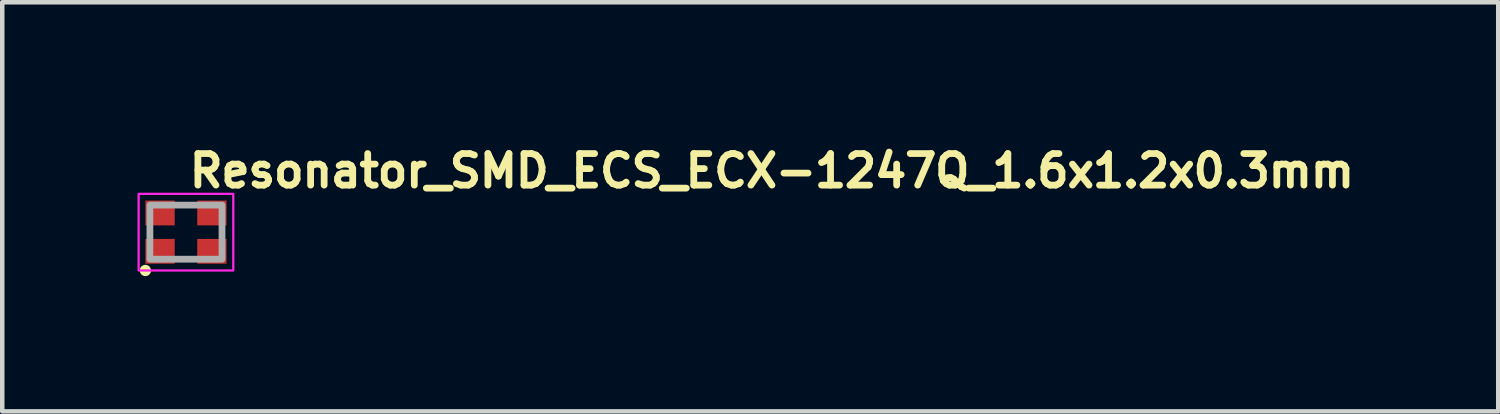
<source format=kicad_pcb>
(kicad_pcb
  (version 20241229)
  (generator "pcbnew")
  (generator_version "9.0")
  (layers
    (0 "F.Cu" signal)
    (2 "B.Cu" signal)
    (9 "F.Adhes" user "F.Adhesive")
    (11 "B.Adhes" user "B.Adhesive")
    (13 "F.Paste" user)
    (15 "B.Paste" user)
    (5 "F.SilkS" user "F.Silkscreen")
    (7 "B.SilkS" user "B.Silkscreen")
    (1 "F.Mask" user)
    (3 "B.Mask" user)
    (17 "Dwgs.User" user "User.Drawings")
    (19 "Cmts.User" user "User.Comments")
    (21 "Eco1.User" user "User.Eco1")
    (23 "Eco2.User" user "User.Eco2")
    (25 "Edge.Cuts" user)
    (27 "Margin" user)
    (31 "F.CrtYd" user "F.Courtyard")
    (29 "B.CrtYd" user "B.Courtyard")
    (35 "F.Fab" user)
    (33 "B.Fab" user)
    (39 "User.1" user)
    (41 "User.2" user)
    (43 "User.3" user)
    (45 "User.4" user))
  (footprint "Resonator_SMD_ECS_ECX-1247Q_1.6x1.2x0.3mm"
    (layer "F.Cu")
    (at 1.075 2.1)
    (property "Reference" "Resonator_SMD_ECS_ECX-1247Q_1.6x1.2x0.3mm" (at 0 -0.95 0) (layer "F.SilkS") (effects (font (size 0.7 0.7) (thickness 0.15)) (justify left bottom)))
    (attr smd)
    (fp_circle (center -0.9 0.85) (end -0.85 0.85) (stroke (width 0.15) (type default)) (fill yes) (layer "F.SilkS"))
    (fp_rect (start -1.05 -0.85) (end 1.05 0.85) (stroke (width 0.05) (type solid)) (fill no) (layer "F.CrtYd"))
    (fp_rect (start -0.8 -0.6) (end 0.8 0.6) (stroke (width 0.15) (type solid)) (fill no) (layer "F.Fab"))
    (fp_rect (start -0.8 -0.6) (end 0.8 0.6) (stroke (width 0.1) (type solid)) (fill no) (layer "User.5"))
    (fp_line (start -0.8 -0.575) (end -0.8 0.575) (stroke (width 0.02) (type solid)) (layer "User.9"))
    (fp_line (start -0.8 0.575) (end -0.788 0.578) (stroke (width 0.02) (type solid)) (layer "User.9"))
    (fp_line (start -0.788 -0.578) (end -0.8 -0.575) (stroke (width 0.02) (type solid)) (layer "User.9"))
    (fp_line (start -0.788 0.578) (end -0.778 0.588) (stroke (width 0.02) (type solid)) (layer "User.9"))
    (fp_line (start -0.778 -0.588) (end -0.788 -0.578) (stroke (width 0.02) (type solid)) (layer "User.9"))
    (fp_line (start -0.778 0.588) (end -0.775 0.6) (stroke (width 0.02) (type solid)) (layer "User.9"))
    (fp_line (start -0.775 -0.6) (end -0.778 -0.588) (stroke (width 0.02) (type solid)) (layer "User.9"))
    (fp_line (start -0.775 0.6) (end 0.775 0.6) (stroke (width 0.02) (type solid)) (layer "User.9"))
    (fp_line (start -0.75 -0.5) (end -0.75 0.5) (stroke (width 0.02) (type solid)) (layer "User.9"))
    (fp_line (start -0.75 0.5) (end -0.746 0.519) (stroke (width 0.02) (type solid)) (layer "User.9"))
    (fp_line (start -0.746 -0.519) (end -0.75 -0.5) (stroke (width 0.02) (type solid)) (layer "User.9"))
    (fp_line (start -0.746 0.519) (end -0.735 0.535) (stroke (width 0.02) (type solid)) (layer "User.9"))
    (fp_line (start -0.735 -0.535) (end -0.746 -0.519) (stroke (width 0.02) (type solid)) (layer "User.9"))
    (fp_line (start -0.735 0.535) (end -0.719 0.546) (stroke (width 0.02) (type solid)) (layer "User.9"))
    (fp_line (start -0.719 -0.546) (end -0.735 -0.535) (stroke (width 0.02) (type solid)) (layer "User.9"))
    (fp_line (start -0.719 0.546) (end -0.7 0.55) (stroke (width 0.02) (type solid)) (layer "User.9"))
    (fp_line (start -0.7 -0.55) (end -0.719 -0.546) (stroke (width 0.02) (type solid)) (layer "User.9"))
    (fp_line (start -0.7 0.55) (end 0.7 0.55) (stroke (width 0.02) (type solid)) (layer "User.9"))
    (fp_line (start 0.7 -0.55) (end -0.7 -0.55) (stroke (width 0.02) (type solid)) (layer "User.9"))
    (fp_line (start 0.7 0.55) (end 0.719 0.546) (stroke (width 0.02) (type solid)) (layer "User.9"))
    (fp_line (start 0.719 -0.546) (end 0.7 -0.55) (stroke (width 0.02) (type solid)) (layer "User.9"))
    (fp_line (start 0.719 0.546) (end 0.735 0.535) (stroke (width 0.02) (type solid)) (layer "User.9"))
    (fp_line (start 0.735 -0.535) (end 0.719 -0.546) (stroke (width 0.02) (type solid)) (layer "User.9"))
    (fp_line (start 0.735 0.535) (end 0.746 0.519) (stroke (width 0.02) (type solid)) (layer "User.9"))
    (fp_line (start 0.746 -0.519) (end 0.735 -0.535) (stroke (width 0.02) (type solid)) (layer "User.9"))
    (fp_line (start 0.746 0.519) (end 0.75 0.5) (stroke (width 0.02) (type solid)) (layer "User.9"))
    (fp_line (start 0.75 -0.5) (end 0.746 -0.519) (stroke (width 0.02) (type solid)) (layer "User.9"))
    (fp_line (start 0.75 0.5) (end 0.75 -0.5) (stroke (width 0.02) (type solid)) (layer "User.9"))
    (fp_line (start 0.775 -0.6) (end -0.775 -0.6) (stroke (width 0.02) (type solid)) (layer "User.9"))
    (fp_line (start 0.775 0.6) (end 0.778 0.588) (stroke (width 0.02) (type solid)) (layer "User.9"))
    (fp_line (start 0.778 -0.588) (end 0.775 -0.6) (stroke (width 0.02) (type solid)) (layer "User.9"))
    (fp_line (start 0.778 0.588) (end 0.788 0.578) (stroke (width 0.02) (type solid)) (layer "User.9"))
    (fp_line (start 0.788 -0.578) (end 0.778 -0.588) (stroke (width 0.02) (type solid)) (layer "User.9"))
    (fp_line (start 0.788 0.578) (end 0.8 0.575) (stroke (width 0.02) (type solid)) (layer "User.9"))
    (fp_line (start 0.8 -0.575) (end 0.788 -0.578) (stroke (width 0.02) (type solid)) (layer "User.9"))
    (fp_line (start 0.8 0.575) (end 0.8 -0.575) (stroke (width 0.02) (type solid)) (layer "User.9"))
    (pad "1" smd rect (at -0.575 0.425) (size 0.65 0.55) (layers "F.Cu" "F.Mask" "F.Paste"))
    (pad "2" smd rect (at 0.575 0.425) (size 0.65 0.55) (layers "F.Cu" "F.Mask" "F.Paste"))
    (pad "3" smd rect (at 0.575 -0.425) (size 0.65 0.55) (layers "F.Cu" "F.Mask" "F.Paste"))
    (pad "4" smd rect (at -0.575 -0.425) (size 0.65 0.55) (layers "F.Cu" "F.Mask" "F.Paste")))
  (gr_rect
    (start -3 -3)
    (end 30.185 6.075)
    (stroke (width 0.1) (type default))
    (fill no)
    (layer "Edge.Cuts")))
</source>
